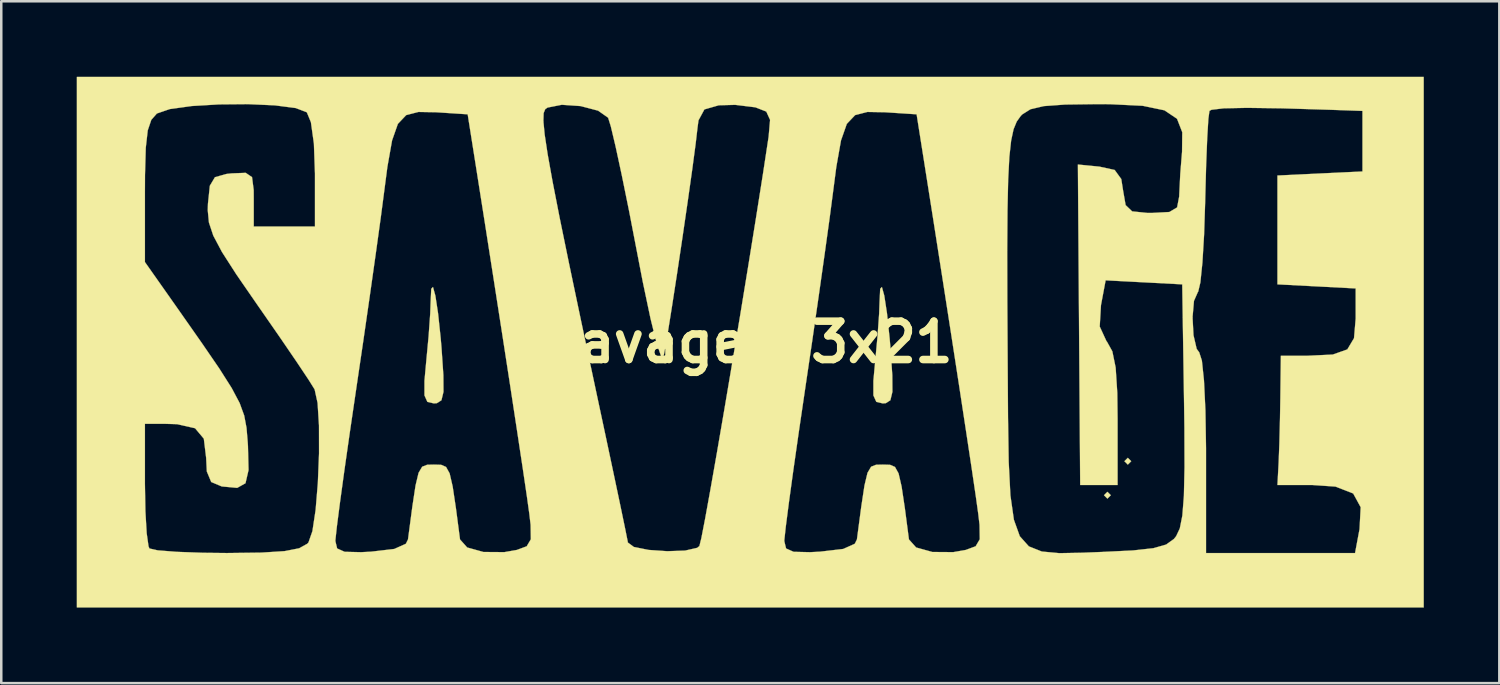
<source format=kicad_pcb>
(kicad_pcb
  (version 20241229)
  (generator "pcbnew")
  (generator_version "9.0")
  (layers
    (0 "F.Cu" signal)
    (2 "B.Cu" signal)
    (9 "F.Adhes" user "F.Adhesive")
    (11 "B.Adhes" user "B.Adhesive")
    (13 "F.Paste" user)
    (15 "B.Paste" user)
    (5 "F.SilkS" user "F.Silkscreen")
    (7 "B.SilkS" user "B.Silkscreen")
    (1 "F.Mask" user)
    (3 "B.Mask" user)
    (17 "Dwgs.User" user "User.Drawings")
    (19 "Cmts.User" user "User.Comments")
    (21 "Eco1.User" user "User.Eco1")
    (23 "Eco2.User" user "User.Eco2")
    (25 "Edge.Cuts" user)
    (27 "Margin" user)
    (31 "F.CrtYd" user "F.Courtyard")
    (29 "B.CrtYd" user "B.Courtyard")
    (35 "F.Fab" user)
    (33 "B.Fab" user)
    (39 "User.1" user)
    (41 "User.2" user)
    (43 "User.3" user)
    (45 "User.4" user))
  (footprint "savage_53x21"
    (layer "F.Cu")
    (at 26.756 10.543)
    (property "Reference" "savage_53x21" (at 0 0 0) (layer "F.SilkS") (effects (font (size 1.524 1.524) (thickness 0.3))))
    (attr through_hole)
    (fp_poly (pts (xy 14.321 6.08) (xy 14.186 6.215) (xy 14.051 6.08) (xy 14.186 5.945)) (stroke (width 0.01) (type solid)) (fill yes) (layer "F.SilkS"))
    (fp_poly (pts (xy 15.132 4.729) (xy 14.997 4.864) (xy 14.862 4.729) (xy 14.997 4.594)) (stroke (width 0.01) (type solid)) (fill yes) (layer "F.SilkS"))
    (fp_poly (pts (xy -12.511 -1.847) (xy -12.404 -1.147) (xy -12.299 -0.154) (xy -12.267 0.22) (xy -12.193 1.312) (xy -12.189 1.973) (xy -12.27 2.308) (xy -12.45 2.423) (xy -12.571 2.432) (xy -12.828 2.372) (xy -12.944 2.114) (xy -12.944 1.537) (xy -12.874 0.771) (xy -12.779 -0.24) (xy -12.716 -1.127) (xy -12.7 -1.571) (xy -12.674 -2.119) (xy -12.606 -2.191)) (stroke (width 0.01) (type solid)) (fill yes) (layer "F.SilkS"))
    (fp_poly (pts (xy 5.323 -1.847) (xy 5.43 -1.147) (xy 5.535 -0.154) (xy 5.567 0.22) (xy 5.641 1.312) (xy 5.645 1.973) (xy 5.564 2.308) (xy 5.384 2.423) (xy 5.263 2.432) (xy 5.007 2.372) (xy 4.89 2.114) (xy 4.89 1.537) (xy 4.96 0.771) (xy 5.055 -0.24) (xy 5.118 -1.127) (xy 5.134 -1.571) (xy 5.16 -2.119) (xy 5.228 -2.191)) (stroke (width 0.01) (type solid)) (fill yes) (layer "F.SilkS"))
    (fp_poly (pts (xy 26.751 10.538) (xy -26.751 10.538) (xy -26.751 -5.953) (xy -24.049 -5.953) (xy -24.049 -3.183) (xy -22.786 -1.389) (xy -21.806 0.009) (xy -21.091 1.052) (xy -20.6 1.826) (xy -20.286 2.419) (xy -20.105 2.915) (xy -20.013 3.403) (xy -19.966 3.969) (xy -19.956 4.121) (xy -19.933 5.081) (xy -20.054 5.604) (xy -20.384 5.788) (xy -20.985 5.732) (xy -20.999 5.73) (xy -21.415 5.555) (xy -21.59 5.136) (xy -21.617 4.591) (xy -21.709 3.834) (xy -22.057 3.419) (xy -22.772 3.257) (xy -23.26 3.243) (xy -24.049 3.243) (xy -24.049 5.629) (xy -24.03 6.717) (xy -23.979 7.589) (xy -23.905 8.113) (xy -23.869 8.196) (xy -23.54 8.27) (xy -22.79 8.329) (xy -21.74 8.367) (xy -20.794 8.377) (xy -19.425 8.36) (xy -18.499 8.301) (xy -17.922 8.188) (xy -17.599 8.008) (xy -17.552 7.957) (xy -17.534 7.905) (xy -16.483 7.905) (xy -16.413 8.195) (xy -16.116 8.328) (xy -15.463 8.343) (xy -15.067 8.323) (xy -14.144 8.215) (xy -13.683 8.009) (xy -13.598 7.836) (xy -13.427 6.543) (xy -13.298 5.692) (xy -13.178 5.191) (xy -13.035 4.948) (xy -12.837 4.87) (xy -12.565 4.864) (xy -12.283 4.872) (xy -12.086 4.957) (xy -11.944 5.213) (xy -11.824 5.732) (xy -11.693 6.606) (xy -11.532 7.836) (xy -11.247 8.156) (xy -10.602 8.335) (xy -9.77 8.341) (xy -9.274 8.254) (xy -8.882 8.108) (xy -8.718 7.83) (xy -8.727 7.258) (xy -8.779 6.814) (xy -8.873 6.138) (xy -9.04 5.006) (xy -9.269 3.494) (xy -9.546 1.679) (xy -9.861 -0.361) (xy -10.202 -2.55) (xy -10.556 -4.811) (xy -10.906 -7.026) (xy -11.184 -8.78) (xy -8.22 -8.78) (xy -8.169 -8.249) (xy -8.05 -7.462) (xy -7.854 -6.374) (xy -7.574 -4.942) (xy -7.2 -3.119) (xy -6.726 -0.862) (xy -6.143 1.875) (xy -6.095 2.101) (xy -5.735 3.787) (xy -5.416 5.289) (xy -5.155 6.527) (xy -4.969 7.424) (xy -4.873 7.902) (xy -4.864 7.959) (xy -4.626 8.135) (xy -4.042 8.253) (xy -3.3 8.304) (xy -2.593 8.28) (xy -2.11 8.17) (xy -2.022 8.099) (xy -1.974 7.905) (xy 1.351 7.905) (xy 1.421 8.195) (xy 1.719 8.328) (xy 2.371 8.343) (xy 2.767 8.323) (xy 3.69 8.215) (xy 4.151 8.009) (xy 4.236 7.836) (xy 4.407 6.543) (xy 4.536 5.692) (xy 4.656 5.191) (xy 4.799 4.948) (xy 4.997 4.87) (xy 5.269 4.864) (xy 5.551 4.872) (xy 5.748 4.957) (xy 5.89 5.213) (xy 6.01 5.732) (xy 6.141 6.606) (xy 6.302 7.836) (xy 6.588 8.156) (xy 7.232 8.335) (xy 8.064 8.341) (xy 8.56 8.254) (xy 8.952 8.108) (xy 9.116 7.83) (xy 9.107 7.258) (xy 9.055 6.814) (xy 8.961 6.138) (xy 8.794 5.006) (xy 8.565 3.494) (xy 8.288 1.679) (xy 7.973 -0.361) (xy 7.632 -2.55) (xy 7.46 -3.649) (xy 10.206 -3.649) (xy 10.21 -1.63) (xy 10.224 0.743) (xy 10.238 2.988) (xy 10.265 4.75) (xy 10.333 6.086) (xy 10.471 7.054) (xy 10.706 7.71) (xy 11.066 8.112) (xy 11.581 8.317) (xy 12.277 8.382) (xy 13.184 8.365) (xy 13.963 8.334) (xy 15.202 8.274) (xy 16.016 8.184) (xy 16.519 8.04) (xy 16.827 7.819) (xy 16.916 7.709) (xy 17.062 7.401) (xy 17.163 6.893) (xy 17.225 6.109) (xy 17.25 4.974) (xy 17.245 3.411) (xy 17.232 2.44) (xy 17.179 -0.989) (xy 17.569 -0.989) (xy 17.606 -0.276) (xy 17.733 0.267) (xy 17.834 0.405) (xy 17.94 0.734) (xy 18.023 1.527) (xy 18.08 2.709) (xy 18.104 4.203) (xy 18.104 4.474) (xy 18.104 8.377) (xy 24.024 8.377) (xy 24.202 7.428) (xy 24.248 6.556) (xy 23.95 6.011) (xy 23.248 5.737) (xy 22.327 5.674) (xy 20.941 5.675) (xy 20.988 4.796) (xy 21.017 4.04) (xy 21.043 3.007) (xy 21.056 2.229) (xy 21.077 0.54) (xy 22.135 0.54) (xy 23.139 0.492) (xy 23.717 0.288) (xy 23.983 -0.158) (xy 24.049 -0.935) (xy 24.049 -0.961) (xy 24.049 -2.135) (xy 22.495 -2.216) (xy 20.941 -2.297) (xy 20.941 -6.62) (xy 22.63 -6.701) (xy 24.319 -6.781) (xy 24.319 -9.187) (xy 23.036 -9.232) (xy 21.129 -9.29) (xy 19.729 -9.309) (xy 18.805 -9.29) (xy 18.324 -9.233) (xy 18.24 -9.188) (xy 18.197 -8.872) (xy 18.152 -8.123) (xy 18.109 -7.05) (xy 18.074 -5.758) (xy 18.07 -5.579) (xy 18.027 -4.269) (xy 17.961 -3.166) (xy 17.88 -2.376) (xy 17.793 -2.006) (xy 17.781 -1.994) (xy 17.625 -1.64) (xy 17.569 -0.989) (xy 17.179 -0.989) (xy 17.159 -2.297) (xy 15.637 -2.377) (xy 14.116 -2.457) (xy 13.931 -1.472) (xy 13.881 -0.621) (xy 14.147 -0.044) (xy 14.169 -0.019) (xy 14.382 0.364) (xy 14.514 1.009) (xy 14.579 2.017) (xy 14.591 3.061) (xy 14.591 5.674) (xy 13.848 5.674) (xy 13.105 5.673) (xy 13.014 -7.057) (xy 13.87 -6.973) (xy 14.475 -6.841) (xy 14.737 -6.481) (xy 14.811 -6.012) (xy 14.91 -5.445) (xy 15.17 -5.196) (xy 15.762 -5.135) (xy 15.96 -5.134) (xy 16.648 -5.171) (xy 16.955 -5.353) (xy 17.038 -5.788) (xy 17.041 -5.877) (xy 17.081 -6.688) (xy 17.152 -7.566) (xy 17.16 -8.341) (xy 16.952 -8.875) (xy 16.453 -9.211) (xy 15.59 -9.39) (xy 14.288 -9.454) (xy 13.781 -9.457) (xy 12.507 -9.44) (xy 11.66 -9.378) (xy 11.129 -9.253) (xy 10.802 -9.047) (xy 10.742 -8.985) (xy 10.584 -8.764) (xy 10.458 -8.459) (xy 10.362 -8.011) (xy 10.291 -7.363) (xy 10.244 -6.458) (xy 10.217 -5.239) (xy 10.206 -3.649) (xy 7.46 -3.649) (xy 7.278 -4.811) (xy 6.928 -7.026) (xy 6.607 -9.052) (xy 5.347 -9.134) (xy 4.651 -9.146) (xy 4.165 -9.021) (xy 3.834 -8.672) (xy 3.603 -8.015) (xy 3.417 -6.965) (xy 3.284 -5.945) (xy 3.153 -4.946) (xy 2.959 -3.542) (xy 2.721 -1.861) (xy 2.457 -0.032) (xy 2.184 1.816) (xy 2.175 1.879) (xy 1.926 3.571) (xy 1.707 5.104) (xy 1.531 6.387) (xy 1.409 7.334) (xy 1.353 7.855) (xy 1.351 7.905) (xy -1.974 7.905) (xy -1.944 7.784) (xy -1.794 7.011) (xy -1.584 5.855) (xy -1.326 4.391) (xy -1.034 2.693) (xy -0.72 0.837) (xy -0.397 -1.102) (xy -0.078 -3.048) (xy 0.225 -4.928) (xy 0.5 -6.665) (xy 0.728 -8.16) (xy 0.786 -8.831) (xy 0.635 -9.161) (xy 0.202 -9.33) (xy -0.599 -9.428) (xy -1.251 -9.411) (xy -1.823 -9.247) (xy -2.058 -8.812) (xy -2.098 -8.512) (xy -2.171 -7.884) (xy -2.306 -6.868) (xy -2.487 -5.587) (xy -2.694 -4.168) (xy -2.908 -2.736) (xy -3.112 -1.416) (xy -3.285 -0.333) (xy -3.411 0.388) (xy -3.442 0.54) (xy -3.544 0.554) (xy -3.719 0.053) (xy -3.964 -0.941) (xy -4.273 -2.406) (xy -4.513 -3.648) (xy -4.818 -5.225) (xy -5.105 -6.634) (xy -5.353 -7.782) (xy -5.542 -8.577) (xy -5.648 -8.917) (xy -6.046 -9.197) (xy -6.74 -9.379) (xy -7.489 -9.431) (xy -8.054 -9.32) (xy -8.148 -9.254) (xy -8.21 -9.1) (xy -8.22 -8.78) (xy -11.184 -8.78) (xy -11.227 -9.052) (xy -12.487 -9.134) (xy -13.183 -9.146) (xy -13.669 -9.021) (xy -14 -8.672) (xy -14.231 -8.015) (xy -14.417 -6.965) (xy -14.55 -5.945) (xy -14.681 -4.946) (xy -14.875 -3.542) (xy -15.113 -1.861) (xy -15.377 -0.032) (xy -15.65 1.816) (xy -15.659 1.879) (xy -15.908 3.571) (xy -16.127 5.104) (xy -16.303 6.387) (xy -16.425 7.334) (xy -16.481 7.855) (xy -16.483 7.905) (xy -17.534 7.905) (xy -17.395 7.507) (xy -17.268 6.666) (xy -17.179 5.587) (xy -17.132 4.418) (xy -17.134 3.31) (xy -17.19 2.413) (xy -17.307 1.878) (xy -17.311 1.87) (xy -17.545 1.495) (xy -18.023 0.778) (xy -18.681 -0.185) (xy -19.451 -1.295) (xy -19.571 -1.467) (xy -20.415 -2.69) (xy -20.986 -3.579) (xy -21.333 -4.233) (xy -21.506 -4.754) (xy -21.553 -5.242) (xy -21.545 -5.499) (xy -21.47 -6.214) (xy -21.267 -6.554) (xy -20.807 -6.683) (xy -20.604 -6.705) (xy -20.045 -6.727) (xy -19.794 -6.555) (xy -19.728 -6.044) (xy -19.726 -5.692) (xy -19.726 -4.594) (xy -17.294 -4.594) (xy -17.294 -6.701) (xy -17.336 -7.888) (xy -17.455 -8.739) (xy -17.618 -9.133) (xy -18.059 -9.301) (xy -18.887 -9.408) (xy -19.952 -9.456) (xy -21.103 -9.446) (xy -22.19 -9.381) (xy -23.062 -9.26) (xy -23.571 -9.085) (xy -23.576 -9.081) (xy -23.796 -8.832) (xy -23.937 -8.414) (xy -24.015 -7.723) (xy -24.046 -6.649) (xy -24.049 -5.953) (xy -26.751 -5.953) (xy -26.751 -10.538) (xy 26.751 -10.538)) (stroke (width 0.01) (type solid)) (fill yes) (layer "F.SilkS")))
  (gr_rect
    (start -3 -3)
    (end 56.512 24.087)
    (stroke (width 0.1) (type default))
    (fill no)
    (layer "Edge.Cuts")))
</source>
